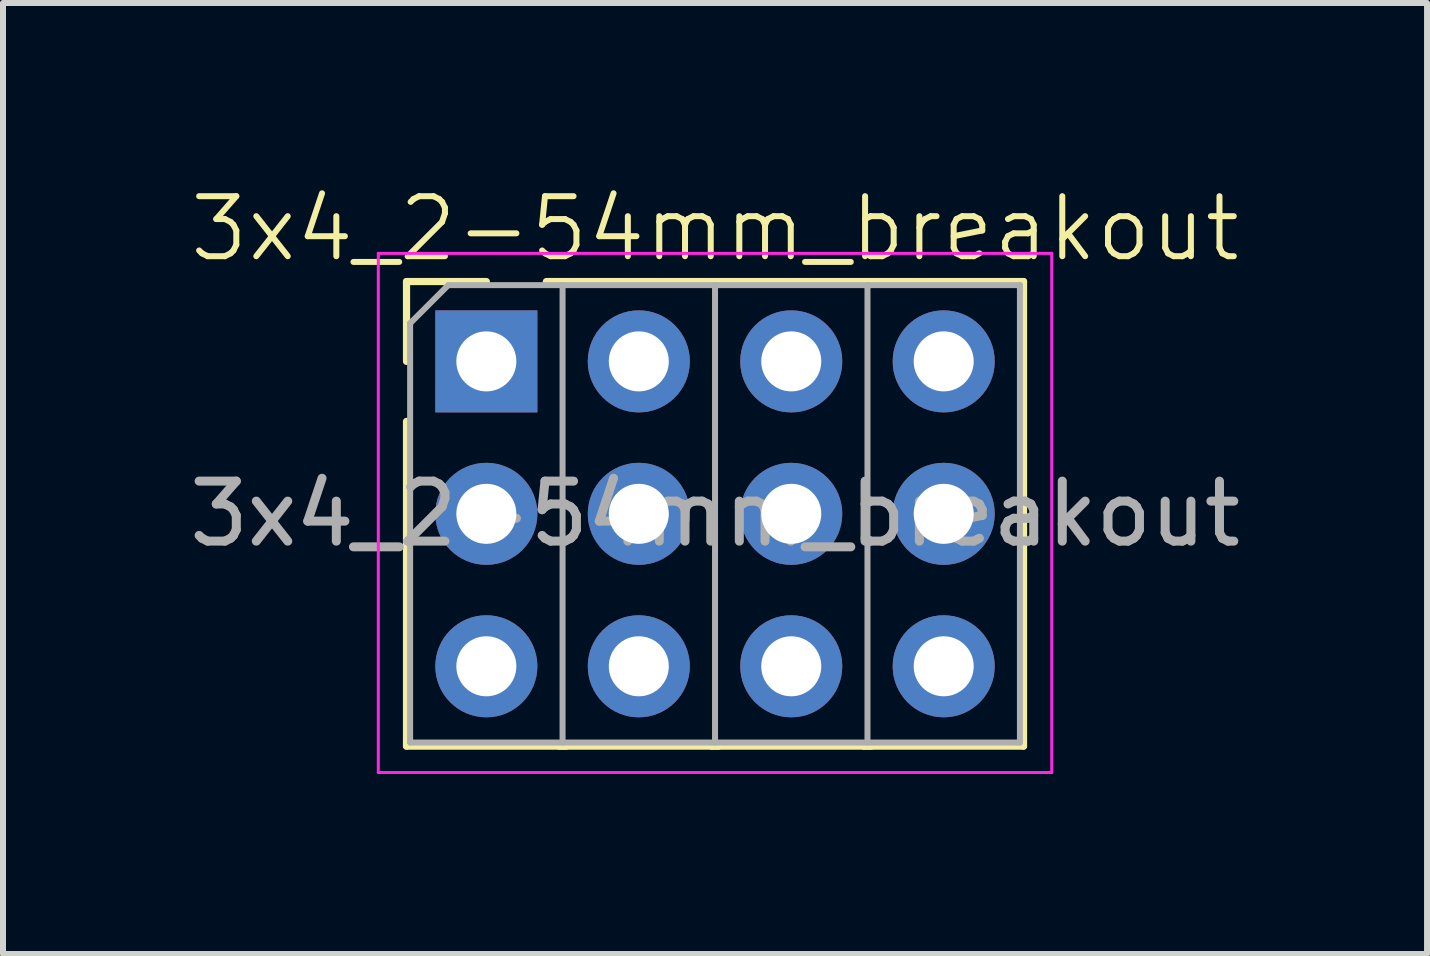
<source format=kicad_pcb>
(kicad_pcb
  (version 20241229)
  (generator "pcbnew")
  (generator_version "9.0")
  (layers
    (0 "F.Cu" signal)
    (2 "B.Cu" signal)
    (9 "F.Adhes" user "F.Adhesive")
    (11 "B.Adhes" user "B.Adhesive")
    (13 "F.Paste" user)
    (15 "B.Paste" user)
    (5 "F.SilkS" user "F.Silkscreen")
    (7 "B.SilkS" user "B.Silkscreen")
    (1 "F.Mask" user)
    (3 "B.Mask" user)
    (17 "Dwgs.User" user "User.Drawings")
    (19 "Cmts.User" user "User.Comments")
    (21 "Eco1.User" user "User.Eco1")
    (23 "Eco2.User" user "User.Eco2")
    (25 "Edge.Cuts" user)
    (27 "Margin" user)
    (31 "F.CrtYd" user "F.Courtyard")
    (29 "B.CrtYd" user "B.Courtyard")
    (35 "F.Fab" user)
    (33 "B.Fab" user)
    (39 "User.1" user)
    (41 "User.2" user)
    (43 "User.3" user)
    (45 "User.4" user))
  (footprint "3x4_2-54mm_breakout"
    (layer "F.Cu")
    (at 8.863 5.511)
    (property "Reference" "3x4_2-54mm_breakout" (at 0 -4.75 0) (unlocked yes) (layer "F.SilkS") (effects (font (size 1 1) (thickness 0.1))))
    (attr smd)
    (fp_line (start -5.14 -3.87) (end -3.81 -3.87) (stroke (width 0.12) (type solid)) (layer "F.SilkS"))
    (fp_line (start -5.14 -2.54) (end -5.14 -3.87) (stroke (width 0.12) (type solid)) (layer "F.SilkS"))
    (fp_line (start -5.14 -1.54) (end -5.14 3.87) (stroke (width 0.12) (type solid)) (layer "F.SilkS"))
    (fp_line (start -5.14 3.87) (end -2.48 3.87) (stroke (width 0.12) (type solid)) (layer "F.SilkS"))
    (fp_line (start -2.6 3.87) (end 0.06 3.87) (stroke (width 0.12) (type solid)) (layer "F.SilkS"))
    (fp_line (start -0.06 3.87) (end 2.6 3.87) (stroke (width 0.12) (type solid)) (layer "F.SilkS"))
    (fp_line (start 2.48 3.87) (end 5.14 3.87) (stroke (width 0.12) (type solid)) (layer "F.SilkS"))
    (fp_line (start 5.14 -3.87) (end -2.81 -3.87) (stroke (width 0.12) (type solid)) (layer "F.SilkS"))
    (fp_line (start 5.14 -3.87) (end 5.14 3.87) (stroke (width 0.12) (type solid)) (layer "F.SilkS"))
    (fp_line (start -5.61 -4.34) (end -5.61 4.31) (stroke (width 0.05) (type solid)) (layer "F.CrtYd"))
    (fp_line (start -5.61 4.31) (end 5.61 4.31) (stroke (width 0.05) (type solid)) (layer "F.CrtYd"))
    (fp_line (start 5.61 -4.34) (end -5.61 -4.34) (stroke (width 0.05) (type solid)) (layer "F.CrtYd"))
    (fp_line (start 5.61 4.31) (end 5.61 -4.34) (stroke (width 0.05) (type solid)) (layer "F.CrtYd"))
    (fp_line (start -5.08 -3.175) (end -4.445 -3.81) (stroke (width 0.1) (type solid)) (layer "F.Fab"))
    (fp_line (start -5.08 3.81) (end -5.08 -3.175) (stroke (width 0.1) (type solid)) (layer "F.Fab"))
    (fp_line (start -4.445 -3.81) (end -2.54 -3.81) (stroke (width 0.1) (type solid)) (layer "F.Fab"))
    (fp_line (start -2.54 -3.81) (end -2.54 3.81) (stroke (width 0.1) (type solid)) (layer "F.Fab"))
    (fp_line (start -2.54 -3.81) (end 0 -3.81) (stroke (width 0.1) (type solid)) (layer "F.Fab"))
    (fp_line (start 0 -3.81) (end 0 3.81) (stroke (width 0.1) (type solid)) (layer "F.Fab"))
    (fp_line (start 0 -3.81) (end 2.54 -3.81) (stroke (width 0.1) (type solid)) (layer "F.Fab"))
    (fp_line (start 2.54 -3.81) (end 2.54 3.81) (stroke (width 0.1) (type solid)) (layer "F.Fab"))
    (fp_line (start 2.54 -3.81) (end 5.08 -3.81) (stroke (width 0.1) (type solid)) (layer "F.Fab"))
    (fp_line (start 5.08 -3.81) (end 5.08 3.81) (stroke (width 0.1) (type solid)) (layer "F.Fab"))
    (fp_line (start 5.08 3.81) (end -5.08 3.81) (stroke (width 0.1) (type solid)) (layer "F.Fab"))
    (fp_text user "${REFERENCE}" (at 0 0 0) (unlocked yes) (layer "F.Fab") (effects (font (size 1 1) (thickness 0.15))))
    (pad "1" thru_hole rect (at -3.81 -2.54) (size 1.7 1.7) (drill 1) (layers "*.Cu" "*.Mask"))
    (pad "2" thru_hole oval (at -3.81 0) (size 1.7 1.7) (drill 1) (layers "*.Cu" "*.Mask"))
    (pad "3" thru_hole oval (at -3.81 2.54) (size 1.7 1.7) (drill 1) (layers "*.Cu" "*.Mask"))
    (pad "4" thru_hole oval (at -1.27 -2.54) (size 1.7 1.7) (drill 1) (layers "*.Cu" "*.Mask"))
    (pad "5" thru_hole oval (at -1.27 0) (size 1.7 1.7) (drill 1) (layers "*.Cu" "*.Mask"))
    (pad "6" thru_hole oval (at -1.27 2.54) (size 1.7 1.7) (drill 1) (layers "*.Cu" "*.Mask"))
    (pad "7" thru_hole oval (at 1.27 -2.54) (size 1.7 1.7) (drill 1) (layers "*.Cu" "*.Mask"))
    (pad "8" thru_hole oval (at 1.27 0) (size 1.7 1.7) (drill 1) (layers "*.Cu" "*.Mask"))
    (pad "9" thru_hole oval (at 1.27 2.54) (size 1.7 1.7) (drill 1) (layers "*.Cu" "*.Mask"))
    (pad "10" thru_hole oval (at 3.81 -2.54) (size 1.7 1.7) (drill 1) (layers "*.Cu" "*.Mask"))
    (pad "11" thru_hole oval (at 3.81 0) (size 1.7 1.7) (drill 1) (layers "*.Cu" "*.Mask"))
    (pad "12" thru_hole oval (at 3.81 2.54) (size 1.7 1.7) (drill 1) (layers "*.Cu" "*.Mask")))
  (gr_rect
    (start -3 -3)
    (end 20.726 12.845)
    (stroke (width 0.1) (type default))
    (fill no)
    (layer "Edge.Cuts")))
</source>
